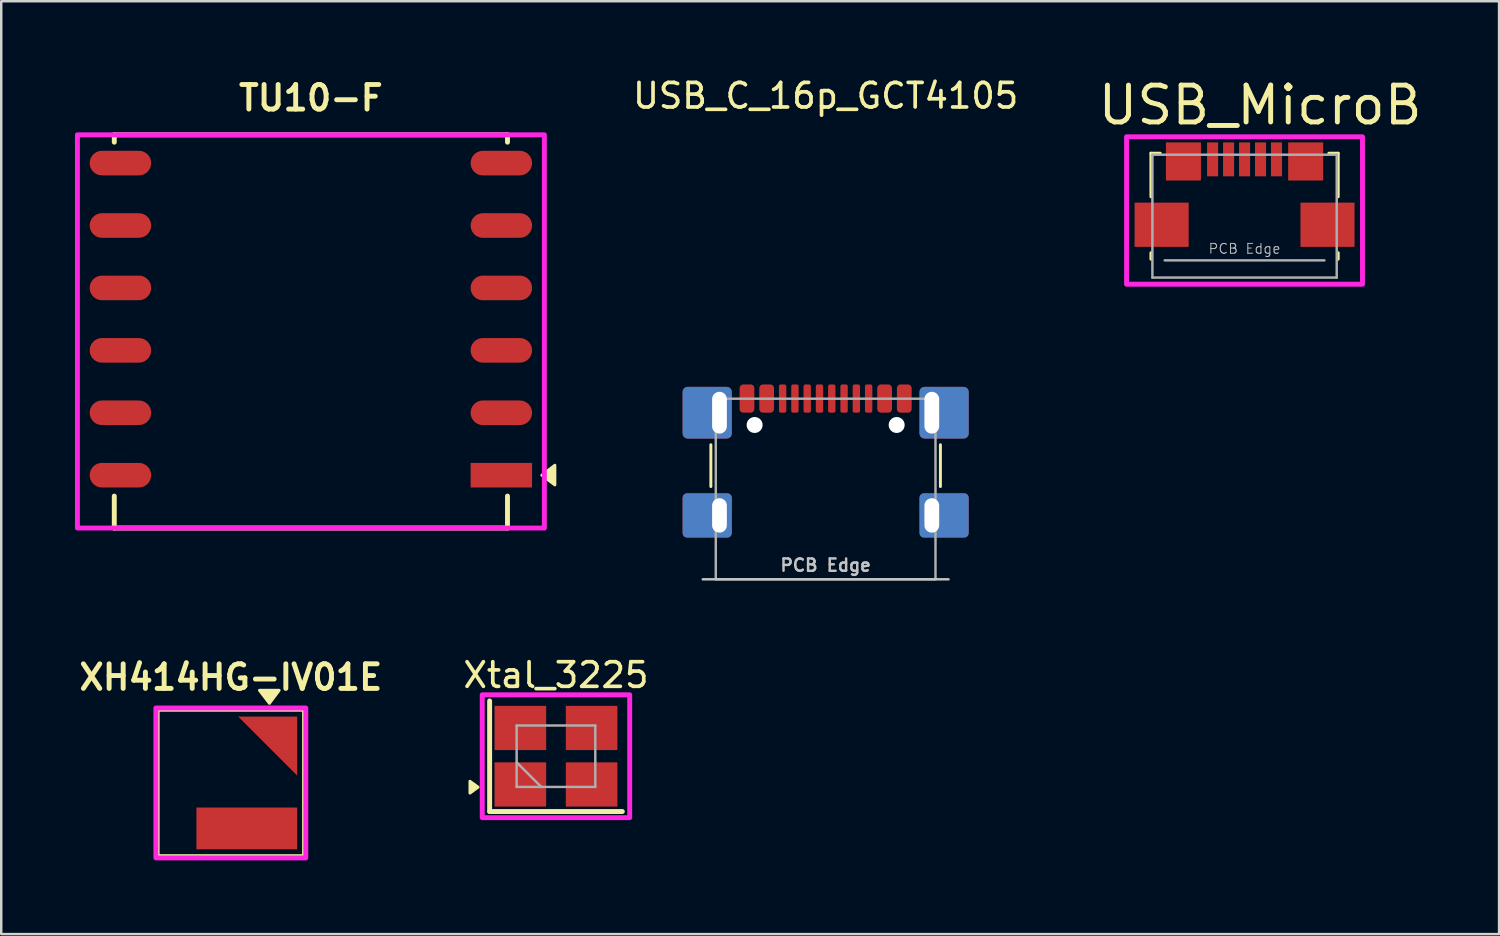
<source format=kicad_pcb>
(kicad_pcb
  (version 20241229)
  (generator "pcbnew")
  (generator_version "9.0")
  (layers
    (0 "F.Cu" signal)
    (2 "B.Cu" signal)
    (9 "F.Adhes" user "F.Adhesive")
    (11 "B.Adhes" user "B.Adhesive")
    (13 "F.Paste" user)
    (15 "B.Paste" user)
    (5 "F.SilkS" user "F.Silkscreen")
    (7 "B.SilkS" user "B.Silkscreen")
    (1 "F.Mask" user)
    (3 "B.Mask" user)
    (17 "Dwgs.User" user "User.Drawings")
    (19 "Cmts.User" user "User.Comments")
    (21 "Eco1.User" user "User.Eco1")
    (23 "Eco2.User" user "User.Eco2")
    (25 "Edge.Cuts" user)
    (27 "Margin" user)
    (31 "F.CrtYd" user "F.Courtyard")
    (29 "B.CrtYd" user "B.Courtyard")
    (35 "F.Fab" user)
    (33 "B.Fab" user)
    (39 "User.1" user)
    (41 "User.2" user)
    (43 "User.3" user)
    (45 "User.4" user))
  (footprint "USB_C_16p_GCT4105"
    (layer "F.Cu")
    (at 30.546 16.848)
    (property "Reference" "USB_C_16p_GCT4105" (at 0 -16 0) (unlocked yes) (layer "F.SilkS") (effects (font (size 1 1) (thickness 0.15))))
    (attr smd)
    (fp_line (start -4.67 -0.1) (end -4.67 -1.8) (stroke (width 0.12) (type solid)) (layer "F.SilkS"))
    (fp_line (start 4.67 -0.1) (end 4.67 -1.8) (stroke (width 0.12) (type solid)) (layer "F.SilkS"))
    (fp_line (start 5 3.675) (end -5 3.675) (stroke (width 0.1) (type solid)) (layer "Dwgs.User"))
    (fp_rect (start -4.47 -3.675) (end 4.47 3.675) (stroke (width 0.1) (type solid)) (fill no) (layer "F.Fab"))
    (fp_text user "PCB Edge" (at 0 3.1 0) (unlocked yes) (layer "Dwgs.User") (effects (font (size 0.5 0.5) (thickness 0.1))))
    (pad "" np_thru_hole circle (at -2.89 -2.605) (size 0.65 0.65) (drill 0.65) (layers "*.Cu" "*.Mask"))
    (pad "" np_thru_hole circle (at 2.89 -2.605) (size 0.65 0.65) (drill 0.65) (layers "*.Cu" "*.Mask"))
    (pad "A1B12" smd roundrect (at -3.2 -3.68) (size 0.6 1.15) (layers "F.Cu" "F.Mask" "F.Paste") (roundrect_rratio 0.25))
    (pad "A4B9" smd roundrect (at -2.4 -3.68) (size 0.6 1.15) (layers "F.Cu" "F.Mask" "F.Paste") (roundrect_rratio 0.25))
    (pad "A5" smd roundrect (at -1.25 -3.68) (size 0.3 1.15) (layers "F.Cu" "F.Mask" "F.Paste") (roundrect_rratio 0.25))
    (pad "A6" smd roundrect (at -0.25 -3.68) (size 0.3 1.15) (layers "F.Cu" "F.Mask" "F.Paste") (roundrect_rratio 0.25))
    (pad "A7" smd roundrect (at 0.25 -3.68) (size 0.3 1.15) (layers "F.Cu" "F.Mask" "F.Paste") (roundrect_rratio 0.25))
    (pad "A8" smd roundrect (at 1.25 -3.68) (size 0.3 1.15) (layers "F.Cu" "F.Mask" "F.Paste") (roundrect_rratio 0.25))
    (pad "A9B4" smd roundrect (at 2.4 -3.68) (size 0.6 1.15) (layers "F.Cu" "F.Mask" "F.Paste") (roundrect_rratio 0.25))
    (pad "A12B1" smd roundrect (at 3.2 -3.68) (size 0.6 1.15) (layers "F.Cu" "F.Mask" "F.Paste") (roundrect_rratio 0.25))
    (pad "B5" smd roundrect (at 1.75 -3.68) (size 0.3 1.15) (layers "F.Cu" "F.Mask" "F.Paste") (roundrect_rratio 0.25))
    (pad "B6" smd roundrect (at 0.75 -3.68) (size 0.3 1.15) (layers "F.Cu" "F.Mask" "F.Paste") (roundrect_rratio 0.25))
    (pad "B7" smd roundrect (at -0.75 -3.68) (size 0.3 1.15) (layers "F.Cu" "F.Mask" "F.Paste") (roundrect_rratio 0.25))
    (pad "B8" smd roundrect (at -1.75 -3.68) (size 0.3 1.15) (layers "F.Cu" "F.Mask" "F.Paste") (roundrect_rratio 0.25))
    (pad "S" thru_hole roundrect (at -4.32 -3.105) (size 2 2.1) (drill oval 0.6 1.7 (offset -0.5 0)) (property pad_prop_heatsink) (layers "*.Cu" "*.Mask" "F.Paste") (roundrect_rratio 0.1))
    (pad "S" thru_hole roundrect (at -4.32 1.075) (size 2 1.8) (drill oval 0.6 1.4 (offset -0.5 0)) (property pad_prop_heatsink) (layers "*.Cu" "*.Mask" "F.Paste") (roundrect_rratio 0.1))
    (pad "S" thru_hole roundrect (at 4.32 -3.105) (size 2 2.1) (drill oval 0.6 1.7 (offset 0.5 0)) (property pad_prop_heatsink) (layers "*.Cu" "*.Mask" "F.Paste") (roundrect_rratio 0.1))
    (pad "S" thru_hole roundrect (at 4.32 1.075) (size 2 1.8) (drill oval 0.6 1.4 (offset 0.5 0)) (property pad_prop_heatsink) (layers "*.Cu" "*.Mask" "F.Paste") (roundrect_rratio 0.1)))
  (footprint "USB_MicroB"
    (layer "F.Cu")
    (at 47.592 7.545)
    (property "Reference" "USB_MicroB" (at 0.634 -6.316 0) (unlocked yes) (layer "F.SilkS") (effects (font (size 1.5 1.5) (thickness 0.2))))
    (attr smd)
    (fp_line (start -3.81 -4.36) (end -3.43 -4.36) (stroke (width 0.12) (type solid)) (layer "F.SilkS"))
    (fp_line (start -3.81 -2.59) (end -3.81 -4.36) (stroke (width 0.12) (type solid)) (layer "F.SilkS"))
    (fp_line (start -3.81 -0.05) (end -3.81 -0.31) (stroke (width 0.12) (type solid)) (layer "F.SilkS"))
    (fp_line (start 3.81 -4.36) (end 3.43 -4.36) (stroke (width 0.12) (type solid)) (layer "F.SilkS"))
    (fp_line (start 3.81 -4.36) (end 3.81 -2.59) (stroke (width 0.12) (type solid)) (layer "F.SilkS"))
    (fp_line (start 3.81 -0.31) (end 3.81 -0.05) (stroke (width 0.12) (type solid)) (layer "F.SilkS"))
    (fp_rect (start -4.801 0.97) (end 4.799 -5.03) (stroke (width 0.2) (type solid)) (fill no) (layer "F.CrtYd"))
    (fp_line (start -3.75 -4.3) (end 3.75 -4.3) (stroke (width 0.1) (type solid)) (layer "F.Fab"))
    (fp_line (start -3.75 0.7) (end -3.75 -4.3) (stroke (width 0.1) (type solid)) (layer "F.Fab"))
    (fp_line (start -3.25 0) (end 3.25 0) (stroke (width 0.1) (type solid)) (layer "F.Fab"))
    (fp_line (start 3.75 -4.3) (end 3.75 0.7) (stroke (width 0.1) (type solid)) (layer "F.Fab"))
    (fp_line (start 3.75 0.7) (end -3.75 0.7) (stroke (width 0.1) (type solid)) (layer "F.Fab"))
    (fp_text user "PCB Edge" (at 0 -0.474 180) (layer "Dwgs.User") (effects (font (size 0.4 0.4) (thickness 0.04))))
    (pad "1" smd rect (at -1.3 -4.11) (size 0.45 1.38) (layers "F.Cu" "F.Mask" "F.Paste"))
    (pad "2" smd rect (at -0.65 -4.11) (size 0.45 1.38) (layers "F.Cu" "F.Mask" "F.Paste"))
    (pad "3" smd rect (at 0 -4.11) (size 0.45 1.38) (layers "F.Cu" "F.Mask" "F.Paste"))
    (pad "4" smd rect (at 0.65 -4.11) (size 0.45 1.38) (layers "F.Cu" "F.Mask" "F.Paste"))
    (pad "5" smd rect (at 1.3 -4.11) (size 0.45 1.38) (layers "F.Cu" "F.Mask" "F.Paste"))
    (pad "6" smd rect (at -3.375 -1.45) (size 2.2 1.8) (layers "F.Cu" "F.Mask" "F.Paste"))
    (pad "6" smd rect (at -2.487 -4.025) (size 1.425 1.55) (layers "F.Cu" "F.Mask" "F.Paste"))
    (pad "6" smd rect (at 2.487 -4.025) (size 1.425 1.55) (layers "F.Cu" "F.Mask" "F.Paste"))
    (pad "6" smd rect (at 3.375 -1.45) (size 2.2 1.8) (layers "F.Cu" "F.Mask" "F.Paste")))
  (footprint "XH414HG-IV01E"
    (layer "F.Cu")
    (at 6.343 28.809)
    (property "Reference" "XH414HG-IV01E" (at 0 -4.3 0) (layer "F.SilkS") (effects (font (size 1 1) (thickness 0.2))))
    (attr smd)
    (fp_rect (start -3 -3) (end 3 3) (stroke (width 0.2) (type default)) (fill no) (layer "F.SilkS"))
    (fp_poly (pts (xy 1.57 -3.24) (xy 1.165 -3.77) (xy 1.965 -3.77)) (stroke (width 0.12) (type solid)) (fill yes) (layer "F.SilkS"))
    (fp_rect (start -3.05 -3.05) (end 3.05 3.05) (stroke (width 0.2) (type default)) (fill no) (layer "F.CrtYd"))
    (pad "1" smd custom (at 2.2 -2.2) (size 0.85 0.85) (layers "F.Cu" "F.Mask" "F.Paste") (options (anchor rect)) (primitives (gr_poly (pts (xy -1.9 -0.5) (xy 0.5 -0.5) (xy 0.5 1.9)) (width 0) (fill yes))))
    (pad "2" smd rect (at 0.65 1.85) (size 4.1 1.7) (layers "F.Cu" "F.Mask" "F.Paste")))
  (footprint "TU10-F"
    (layer "F.Cu")
    (at 9.6 9.936)
    (property "Reference" "TU10-F" (at 0 -9 0) (layer "F.SilkS") (effects (font (size 1 1) (thickness 0.2))))
    (attr smd)
    (fp_line (start -8 -7.5) (end -8 -7.2) (stroke (width 0.2) (type default)) (layer "F.SilkS"))
    (fp_line (start -8 -7.5) (end 8 -7.5) (stroke (width 0.2) (type default)) (layer "F.SilkS"))
    (fp_line (start -8 7.2) (end -8 8.5) (stroke (width 0.2) (type default)) (layer "F.SilkS"))
    (fp_line (start 8 -7.2) (end 8 -7.5) (stroke (width 0.2) (type default)) (layer "F.SilkS"))
    (fp_line (start 8 8.5) (end -8 8.5) (stroke (width 0.2) (type default)) (layer "F.SilkS"))
    (fp_line (start 8 8.5) (end 8 7.2) (stroke (width 0.2) (type default)) (layer "F.SilkS"))
    (fp_poly (pts (xy 9.398 6.35) (xy 9.928 5.945) (xy 9.928 6.745)) (stroke (width 0.12) (type solid)) (fill yes) (layer "F.SilkS"))
    (fp_rect (start -9.5 -7.5) (end 9.5 8.5) (stroke (width 0.2) (type default)) (fill no) (layer "F.CrtYd"))
    (pad "1" smd oval (at -7.75 6.35) (size 2.5 1) (layers "F.Cu" "F.Mask" "F.Paste"))
    (pad "1" smd rect (at 7.75 6.35) (size 2.5 1) (layers "F.Cu" "F.Mask" "F.Paste"))
    (pad "2" smd oval (at -7.75 3.81) (size 2.5 1) (layers "F.Cu" "F.Mask" "F.Paste"))
    (pad "2" smd oval (at 7.75 3.81) (size 2.5 1) (layers "F.Cu" "F.Mask" "F.Paste"))
    (pad "3" smd oval (at -7.75 1.27) (size 2.5 1) (layers "F.Cu" "F.Mask" "F.Paste"))
    (pad "3" smd oval (at 7.75 1.27) (size 2.5 1) (layers "F.Cu" "F.Mask" "F.Paste"))
    (pad "4" smd oval (at -7.75 -1.27) (size 2.5 1) (layers "F.Cu" "F.Mask" "F.Paste"))
    (pad "4" smd oval (at 7.75 -1.27) (size 2.5 1) (layers "F.Cu" "F.Mask" "F.Paste"))
    (pad "5" smd oval (at -7.75 -3.81) (size 2.5 1) (layers "F.Cu" "F.Mask" "F.Paste"))
    (pad "5" smd oval (at 7.75 -3.81) (size 2.5 1) (layers "F.Cu" "F.Mask" "F.Paste"))
    (pad "6" smd oval (at -7.75 -6.35) (size 2.5 1) (layers "F.Cu" "F.Mask" "F.Paste"))
    (pad "6" smd oval (at 7.75 -6.35) (size 2.5 1) (layers "F.Cu" "F.Mask" "F.Paste")))
  (footprint "Xtal_3225"
    (layer "F.Cu")
    (at 19.573 27.721)
    (property "Reference" "Xtal_3225" (at 0 -3.3 0) (unlocked yes) (layer "F.SilkS") (effects (font (size 1 1) (thickness 0.15))))
    (attr smd)
    (fp_line (start -2.7 -2.25) (end -2.7 2.25) (stroke (width 0.2) (type solid)) (layer "F.SilkS"))
    (fp_line (start -2.7 2.25) (end 2.7 2.25) (stroke (width 0.2) (type solid)) (layer "F.SilkS"))
    (fp_poly (pts (xy -3.17 1.26) (xy -3.5 1.5) (xy -3.5 1.02)) (stroke (width 0.12) (type solid)) (fill yes) (layer "F.SilkS"))
    (fp_rect (start -3 -2.5) (end 3 2.5) (stroke (width 0.2) (type default)) (fill no) (layer "F.CrtYd"))
    (fp_line (start -1.6 -1.25) (end -1.6 1.25) (stroke (width 0.1) (type solid)) (layer "F.Fab"))
    (fp_line (start -1.6 0.25) (end -0.6 1.25) (stroke (width 0.1) (type solid)) (layer "F.Fab"))
    (fp_line (start -1.6 1.25) (end 1.6 1.25) (stroke (width 0.1) (type solid)) (layer "F.Fab"))
    (fp_line (start 1.6 -1.25) (end -1.6 -1.25) (stroke (width 0.1) (type solid)) (layer "F.Fab"))
    (fp_line (start 1.6 1.25) (end 1.6 -1.25) (stroke (width 0.1) (type solid)) (layer "F.Fab"))
    (pad "1" smd rect (at -1.45 1.15) (size 2.1 1.8) (layers "F.Cu" "F.Mask" "F.Paste"))
    (pad "2" smd rect (at 1.45 1.15) (size 2.1 1.8) (layers "F.Cu" "F.Mask" "F.Paste"))
    (pad "3" smd rect (at 1.45 -1.15) (size 2.1 1.8) (layers "F.Cu" "F.Mask" "F.Paste"))
    (pad "4" smd rect (at -1.45 -1.15) (size 2.1 1.8) (layers "F.Cu" "F.Mask" "F.Paste")))
  (gr_rect
    (start -3 -3)
    (end 57.948 34.959)
    (stroke (width 0.1) (type default))
    (fill no)
    (layer "Edge.Cuts")))
</source>
